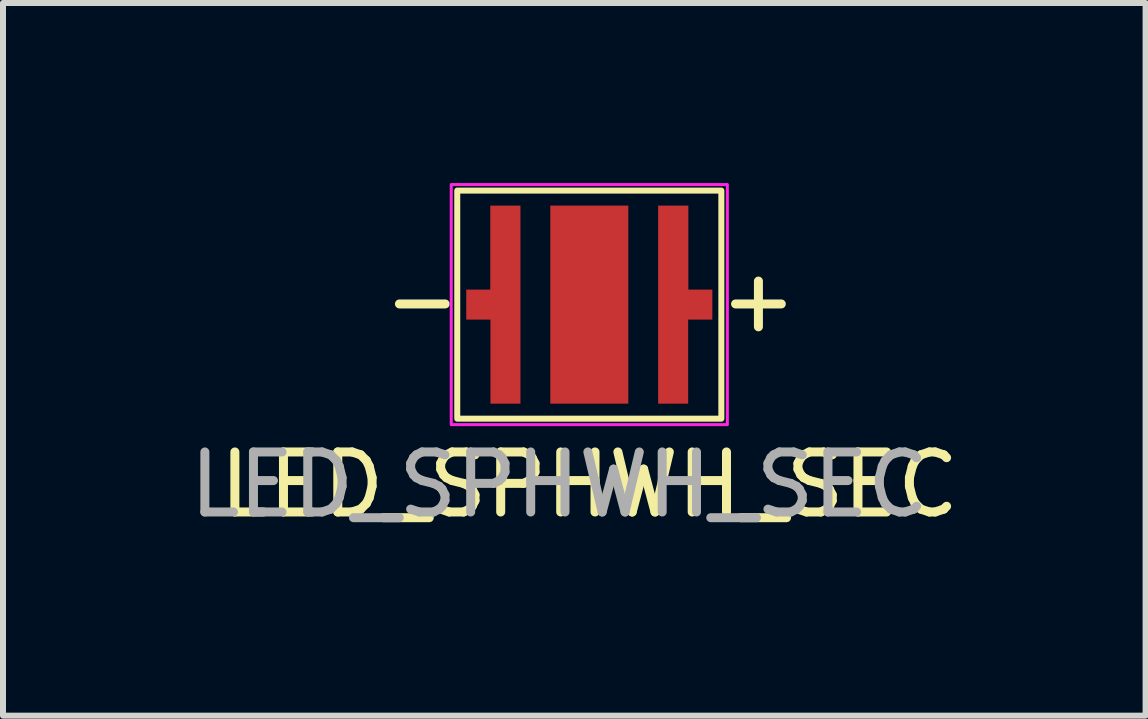
<source format=kicad_pcb>
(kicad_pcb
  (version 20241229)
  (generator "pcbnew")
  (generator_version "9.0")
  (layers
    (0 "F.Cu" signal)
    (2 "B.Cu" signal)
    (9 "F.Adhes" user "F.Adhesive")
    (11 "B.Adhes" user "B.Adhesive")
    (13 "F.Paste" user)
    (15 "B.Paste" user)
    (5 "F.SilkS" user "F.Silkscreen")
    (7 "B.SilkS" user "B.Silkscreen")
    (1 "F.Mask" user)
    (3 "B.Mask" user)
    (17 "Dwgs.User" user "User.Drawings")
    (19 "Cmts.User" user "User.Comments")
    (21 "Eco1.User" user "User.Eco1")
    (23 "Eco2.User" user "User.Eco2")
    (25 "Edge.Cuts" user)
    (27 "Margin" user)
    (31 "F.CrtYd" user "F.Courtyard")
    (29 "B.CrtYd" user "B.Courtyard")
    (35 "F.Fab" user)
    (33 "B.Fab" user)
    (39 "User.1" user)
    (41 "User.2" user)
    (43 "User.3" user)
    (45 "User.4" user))
  (footprint "LED_SPHWH_SEC"
    (layer "F.Cu")
    (at 6.768 2.025)
    (property "Reference" "LED_SPHWH_SEC" (at 0 3 0) (unlocked yes) (layer "F.SilkS") (effects (font (size 1 1) (thickness 0.15))))
    (attr smd)
    (fp_rect (start -2.2 -1.9) (end 2.2 1.9) (stroke (width 0.1) (type default)) (fill no) (layer "F.SilkS"))
    (fp_poly (pts (xy -0.548 -1.551) (xy -0.548 -0.1) (xy 0.548 -0.1) (xy 0.548 -1.551)) (stroke (width 0) (type solid)) (fill yes) (layer "F.Paste"))
    (fp_poly (pts (xy -0.548 0.1) (xy -0.548 1.551) (xy 0.548 1.551) (xy 0.548 0.1)) (stroke (width 0) (type solid)) (fill yes) (layer "F.Paste"))
    (fp_rect (start -2.3 -2) (end 2.3 2) (stroke (width 0.05) (type default)) (fill no) (layer "F.CrtYd"))
    (fp_text user "-" (at -3.5 0.5 0) (unlocked yes) (layer "F.SilkS") (effects (font (size 1 1) (thickness 0.15)) (justify left bottom)))
    (fp_text user "+" (at 2.1 0.5 0) (unlocked yes) (layer "F.SilkS") (effects (font (size 1 1) (thickness 0.15)) (justify left bottom)))
    (fp_text user "${REFERENCE}" (at -0.5 3 0) (unlocked yes) (layer "F.Fab") (effects (font (size 1 1) (thickness 0.15))))
    (pad "1" smd custom (at -1.397 0) (size 0.5 3.3) (layers "F.Cu" "F.Mask" "F.Paste") (options (anchor rect)) (primitives (gr_poly (pts (xy 0.25 -1.65) (xy -0.25 -1.65) (xy -0.253 -1.647) (xy -0.253 -0.25) (xy -0.653 -0.25) (xy -0.653 0.25) (xy -0.203 0.25) (xy -0.25 0.203) (xy -0.25 1.65) (xy 0.25 1.65)) (width 0) (fill yes))))
    (pad "2" smd custom (at 1.397 0) (size 0.5 3.3) (layers "F.Cu" "F.Mask" "F.Paste") (options (anchor rect)) (primitives (gr_poly (pts (xy -0.25 -1.65) (xy 0.25 -1.65) (xy 0.253 -1.647) (xy 0.253 -0.25) (xy 0.653 -0.25) (xy 0.653 0.25) (xy 0.253 0.25) (xy 0.25 0.253) (xy 0.25 1.65) (xy -0.25 1.65)) (width 0) (fill yes))))
    (pad "3" smd rect (at 0 0) (size 1.3 3.3) (layers "F.Cu" "F.Mask" "F.Paste")))
  (gr_rect
    (start -3 -3)
    (end 16.036 8.873)
    (stroke (width 0.1) (type default))
    (fill no)
    (layer "Edge.Cuts")))
</source>
